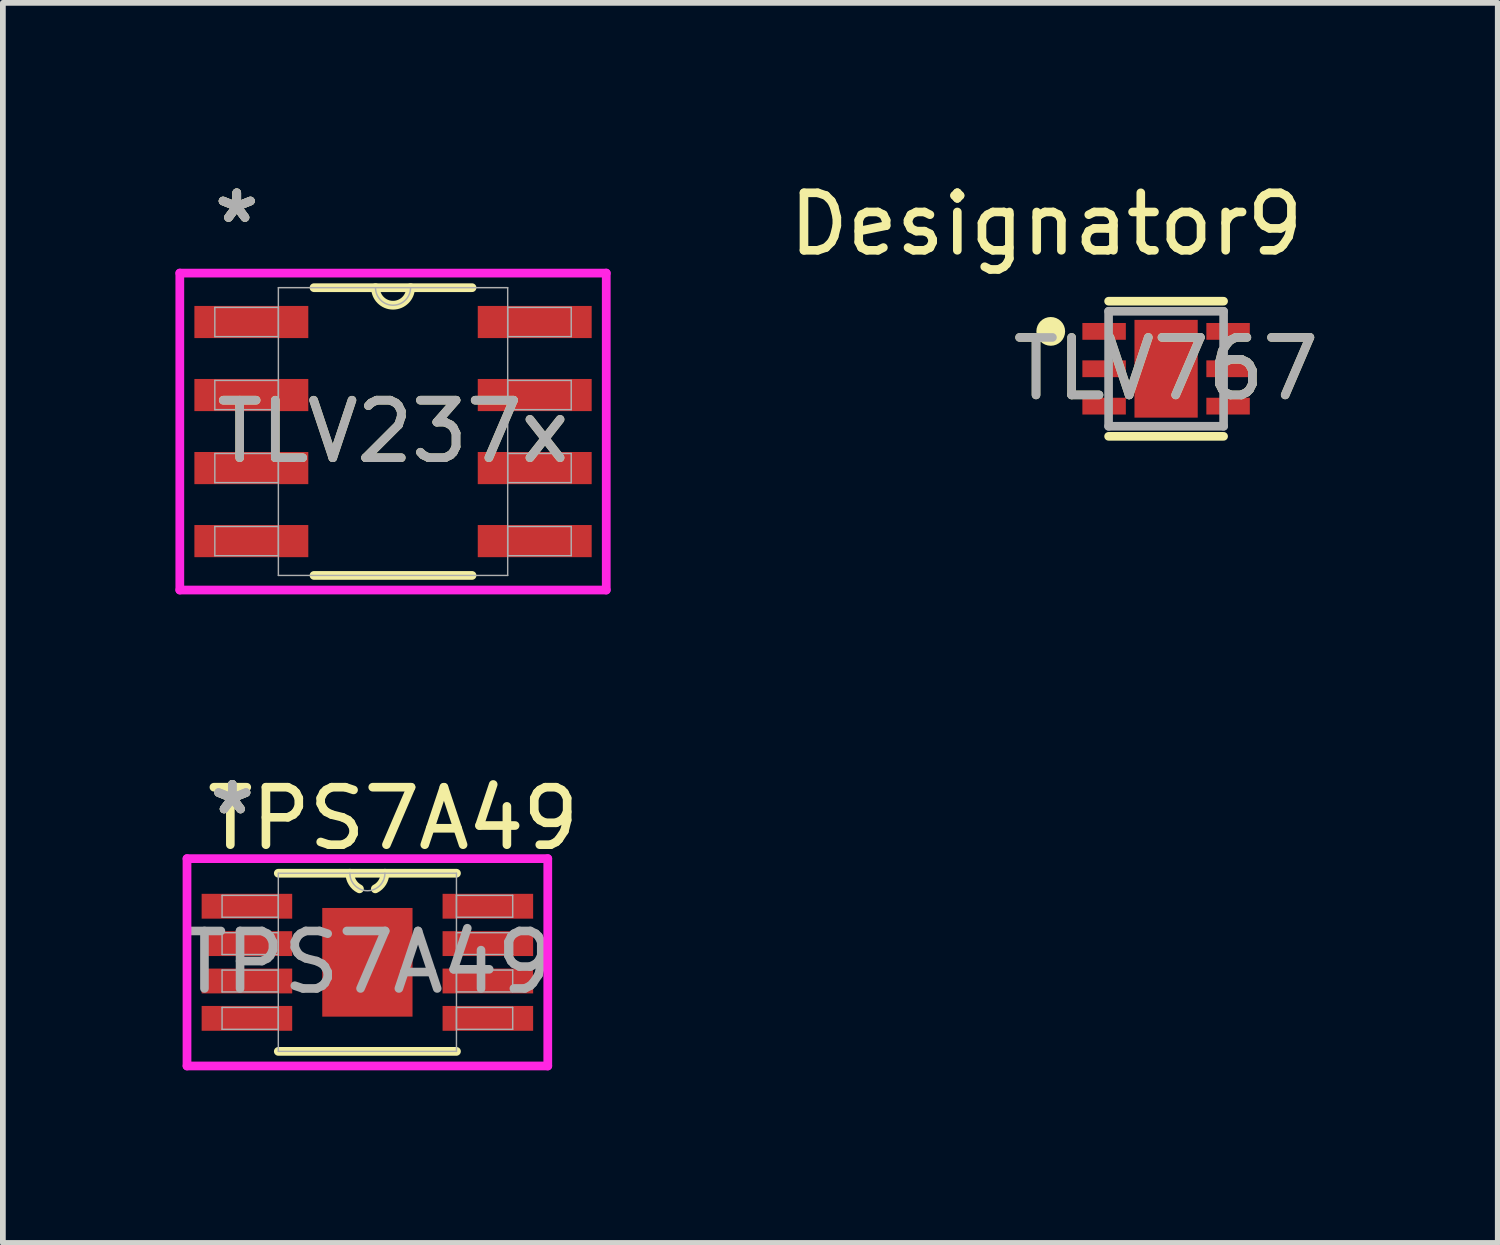
<source format=kicad_pcb>
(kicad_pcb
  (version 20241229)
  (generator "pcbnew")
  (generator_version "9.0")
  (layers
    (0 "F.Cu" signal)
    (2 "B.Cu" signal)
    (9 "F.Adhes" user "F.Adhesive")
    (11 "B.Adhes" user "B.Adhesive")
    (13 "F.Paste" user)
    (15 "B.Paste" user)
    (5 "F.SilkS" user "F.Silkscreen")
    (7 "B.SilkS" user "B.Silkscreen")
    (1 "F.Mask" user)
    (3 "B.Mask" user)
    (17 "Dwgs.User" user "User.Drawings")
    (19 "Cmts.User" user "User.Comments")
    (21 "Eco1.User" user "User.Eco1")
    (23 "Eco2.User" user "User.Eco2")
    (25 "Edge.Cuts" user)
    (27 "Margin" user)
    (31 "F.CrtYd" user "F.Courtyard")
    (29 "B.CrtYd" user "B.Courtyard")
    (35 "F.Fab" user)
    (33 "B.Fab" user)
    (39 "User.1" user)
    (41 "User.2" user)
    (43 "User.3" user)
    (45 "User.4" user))
  (footprint "TPS7A49"
    (layer "F.Cu")
    (at 3.339 13.685)
    (property "Reference" "TPS7A49" (at 0.45 -2.5 0) (unlocked yes) (layer "F.SilkS") (effects (font (size 1 1) (thickness 0.15))))
    (attr smd)
    (fp_line (start -1.549 1.549) (end 1.549 1.549) (stroke (width 0.152) (type solid)) (layer "F.SilkS"))
    (fp_line (start 1.549 -1.549) (end -1.549 -1.549) (stroke (width 0.152) (type solid)) (layer "F.SilkS"))
    (fp_arc (start -0.138217 -1.27774) (mid -0.259838 -1.390066) (end -0.3048 -1.5494) (stroke (width 0.1524) (type solid)) (layer "F.SilkS"))
    (fp_arc (start 0.3048 -1.5494) (mid 0.259838 -1.390066) (end 0.138217 -1.27774) (stroke (width 0.1524) (type solid)) (layer "F.SilkS"))
    (fp_poly (pts (xy -0.785 -0.945) (xy -0.785 0.945) (xy 0.785 0.945) (xy 0.785 -0.945)) (stroke (width 0) (type solid)) (fill yes) (layer "F.Paste"))
    (fp_line (start -3.137 -1.803) (end 3.137 -1.803) (stroke (width 0.152) (type solid)) (layer "F.CrtYd"))
    (fp_line (start -3.137 1.803) (end -3.137 -1.803) (stroke (width 0.152) (type solid)) (layer "F.CrtYd"))
    (fp_line (start 3.137 -1.803) (end 3.137 1.803) (stroke (width 0.152) (type solid)) (layer "F.CrtYd"))
    (fp_line (start 3.137 1.803) (end -3.137 1.803) (stroke (width 0.152) (type solid)) (layer "F.CrtYd"))
    (fp_line (start -2.527 -1.165) (end -2.527 -0.784) (stroke (width 0.025) (type solid)) (layer "F.Fab"))
    (fp_line (start -2.527 -0.784) (end -1.549 -0.784) (stroke (width 0.025) (type solid)) (layer "F.Fab"))
    (fp_line (start -2.527 -0.515) (end -2.527 -0.135) (stroke (width 0.025) (type solid)) (layer "F.Fab"))
    (fp_line (start -2.527 -0.135) (end -1.549 -0.135) (stroke (width 0.025) (type solid)) (layer "F.Fab"))
    (fp_line (start -2.527 0.135) (end -2.527 0.515) (stroke (width 0.025) (type solid)) (layer "F.Fab"))
    (fp_line (start -2.527 0.515) (end -1.549 0.515) (stroke (width 0.025) (type solid)) (layer "F.Fab"))
    (fp_line (start -2.527 0.784) (end -2.527 1.165) (stroke (width 0.025) (type solid)) (layer "F.Fab"))
    (fp_line (start -2.527 1.165) (end -1.549 1.165) (stroke (width 0.025) (type solid)) (layer "F.Fab"))
    (fp_line (start -1.549 -1.549) (end -1.549 1.549) (stroke (width 0.025) (type solid)) (layer "F.Fab"))
    (fp_line (start -1.549 -1.165) (end -2.527 -1.165) (stroke (width 0.025) (type solid)) (layer "F.Fab"))
    (fp_line (start -1.549 -0.784) (end -1.549 -1.165) (stroke (width 0.025) (type solid)) (layer "F.Fab"))
    (fp_line (start -1.549 -0.515) (end -2.527 -0.515) (stroke (width 0.025) (type solid)) (layer "F.Fab"))
    (fp_line (start -1.549 -0.135) (end -1.549 -0.515) (stroke (width 0.025) (type solid)) (layer "F.Fab"))
    (fp_line (start -1.549 0.135) (end -2.527 0.135) (stroke (width 0.025) (type solid)) (layer "F.Fab"))
    (fp_line (start -1.549 0.515) (end -1.549 0.135) (stroke (width 0.025) (type solid)) (layer "F.Fab"))
    (fp_line (start -1.549 0.784) (end -2.527 0.784) (stroke (width 0.025) (type solid)) (layer "F.Fab"))
    (fp_line (start -1.549 1.165) (end -1.549 0.784) (stroke (width 0.025) (type solid)) (layer "F.Fab"))
    (fp_line (start -1.549 1.549) (end 1.549 1.549) (stroke (width 0.025) (type solid)) (layer "F.Fab"))
    (fp_line (start 1.549 -1.549) (end -1.549 -1.549) (stroke (width 0.025) (type solid)) (layer "F.Fab"))
    (fp_line (start 1.549 -1.165) (end 1.549 -0.784) (stroke (width 0.025) (type solid)) (layer "F.Fab"))
    (fp_line (start 1.549 -0.784) (end 2.527 -0.784) (stroke (width 0.025) (type solid)) (layer "F.Fab"))
    (fp_line (start 1.549 -0.515) (end 1.549 -0.135) (stroke (width 0.025) (type solid)) (layer "F.Fab"))
    (fp_line (start 1.549 -0.135) (end 2.527 -0.135) (stroke (width 0.025) (type solid)) (layer "F.Fab"))
    (fp_line (start 1.549 0.135) (end 1.549 0.515) (stroke (width 0.025) (type solid)) (layer "F.Fab"))
    (fp_line (start 1.549 0.515) (end 2.527 0.515) (stroke (width 0.025) (type solid)) (layer "F.Fab"))
    (fp_line (start 1.549 0.784) (end 1.549 1.165) (stroke (width 0.025) (type solid)) (layer "F.Fab"))
    (fp_line (start 1.549 1.165) (end 2.527 1.165) (stroke (width 0.025) (type solid)) (layer "F.Fab"))
    (fp_line (start 1.549 1.549) (end 1.549 -1.549) (stroke (width 0.025) (type solid)) (layer "F.Fab"))
    (fp_line (start 2.527 -1.165) (end 1.549 -1.165) (stroke (width 0.025) (type solid)) (layer "F.Fab"))
    (fp_line (start 2.527 -0.784) (end 2.527 -1.165) (stroke (width 0.025) (type solid)) (layer "F.Fab"))
    (fp_line (start 2.527 -0.515) (end 1.549 -0.515) (stroke (width 0.025) (type solid)) (layer "F.Fab"))
    (fp_line (start 2.527 -0.135) (end 2.527 -0.515) (stroke (width 0.025) (type solid)) (layer "F.Fab"))
    (fp_line (start 2.527 0.135) (end 1.549 0.135) (stroke (width 0.025) (type solid)) (layer "F.Fab"))
    (fp_line (start 2.527 0.515) (end 2.527 0.135) (stroke (width 0.025) (type solid)) (layer "F.Fab"))
    (fp_line (start 2.527 0.784) (end 1.549 0.784) (stroke (width 0.025) (type solid)) (layer "F.Fab"))
    (fp_line (start 2.527 1.165) (end 2.527 0.784) (stroke (width 0.025) (type solid)) (layer "F.Fab"))
    (fp_arc (start 0.3048 -1.5494) (mid 0 -1.2446) (end -0.3048 -1.5494) (stroke (width 0.0254) (type solid)) (layer "F.Fab"))
    (fp_text user "*" (at -2.349 -2.55 0) (layer "F.SilkS") (effects (font (size 1 1) (thickness 0.15))))
    (fp_text user "*" (at -2.349 -2.55 0) (unlocked yes) (layer "F.SilkS") (effects (font (size 1 1) (thickness 0.15))))
    (fp_text user "*" (at -2.349 -2.55 0) (unlocked yes) (layer "F.Fab") (effects (font (size 1 1) (thickness 0.15))))
    (fp_text user "${REFERENCE}" (at 0 0 0) (unlocked yes) (layer "F.Fab") (effects (font (size 1 1) (thickness 0.15))))
    (fp_text user "*" (at -2.349 -2.55 0) (layer "F.Fab") (effects (font (size 1 1) (thickness 0.15))))
    (pad "1" smd rect (at -2.095 -0.975) (size 1.575 0.432) (layers "F.Cu" "F.Mask" "F.Paste"))
    (pad "2" smd rect (at -2.095 -0.325) (size 1.575 0.432) (layers "F.Cu" "F.Mask" "F.Paste"))
    (pad "3" smd rect (at -2.095 0.325) (size 1.575 0.432) (layers "F.Cu" "F.Mask" "F.Paste"))
    (pad "4" smd rect (at -2.095 0.975) (size 1.575 0.432) (layers "F.Cu" "F.Mask" "F.Paste"))
    (pad "5" smd rect (at 2.095 0.975) (size 1.575 0.432) (layers "F.Cu" "F.Mask" "F.Paste"))
    (pad "6" smd rect (at 2.095 0.325) (size 1.575 0.432) (layers "F.Cu" "F.Mask" "F.Paste"))
    (pad "7" smd rect (at 2.095 -0.325) (size 1.575 0.432) (layers "F.Cu" "F.Mask" "F.Paste"))
    (pad "8" smd rect (at 2.095 -0.975) (size 1.575 0.432) (layers "F.Cu" "F.Mask" "F.Paste"))
    (pad "EPAD" smd rect (at 0 0) (size 1.57 1.89) (layers "F.Cu" "F.Mask" "F.Paste")))
  (footprint "TLV767"
    (layer "F.Cu")
    (at 17.229 3.363)
    (property "Reference" "TLV767" (at 0 0 0) (unlocked yes) (layer "F.SilkS") (effects (font (size 1 1) (thickness 0.15))))
    (attr smd)
    (fp_line (start -1 -1.175) (end 1 -1.175) (stroke (width 0.15) (type solid)) (layer "F.SilkS"))
    (fp_line (start -1 1.175) (end 1 1.175) (stroke (width 0.15) (type solid)) (layer "F.SilkS"))
    (fp_circle (center -2.006 -0.65) (end -1.881 -0.65) (stroke (width 0.25) (type solid)) (fill no) (layer "F.SilkS"))
    (fp_poly (pts (xy -0.308 0.608) (xy 0.308 0.608) (xy 0.308 -0.608) (xy -0.308 -0.608)) (stroke (width 0) (type solid)) (fill yes) (layer "F.Paste"))
    (fp_line (start -1 -1) (end 1 -1) (stroke (width 0.15) (type solid)) (layer "F.Fab"))
    (fp_line (start -1 1) (end -1 -1) (stroke (width 0.15) (type solid)) (layer "F.Fab"))
    (fp_line (start -1 1) (end 1 1) (stroke (width 0.15) (type solid)) (layer "F.Fab"))
    (fp_line (start 1 1) (end 1 -1) (stroke (width 0.15) (type solid)) (layer "F.Fab"))
    (fp_text user "Designator9" (at -2.083 -2.515 0) (unlocked yes) (layer "F.SilkS") (effects (font (size 1 1) (thickness 0.15))))
    (fp_text user "${REFERENCE}" (at 0 0 0) (unlocked yes) (layer "F.Fab") (effects (font (size 1 1) (thickness 0.15))))
    (pad "1" smd rect (at -1.078 -0.65) (size 0.756 0.292) (layers "F.Cu" "F.Mask" "F.Paste"))
    (pad "2" smd rect (at -1.078 0) (size 0.756 0.292) (layers "F.Cu" "F.Mask" "F.Paste"))
    (pad "3" smd rect (at -1.078 0.65) (size 0.756 0.292) (layers "F.Cu" "F.Mask" "F.Paste"))
    (pad "4" smd rect (at 1.078 0.65) (size 0.756 0.292) (layers "F.Cu" "F.Mask" "F.Paste"))
    (pad "5" smd rect (at 1.078 0) (size 0.756 0.292) (layers "F.Cu" "F.Mask" "F.Paste"))
    (pad "6" smd rect (at 1.078 -0.65) (size 0.756 0.292) (layers "F.Cu" "F.Mask" "F.Paste"))
    (pad "7" smd rect (at 0 0) (size 1.1 1.7) (layers "F.Cu" "F.Mask")))
  (footprint "TLV237x"
    (layer "F.Cu")
    (at 3.785 4.455)
    (property "Reference" "TLV237x" (at 0 0 0) (unlocked yes) (layer "F.SilkS") (effects (font (size 1 1) (thickness 0.15))))
    (attr smd)
    (fp_line (start -1.374 2.502) (end 1.374 2.502) (stroke (width 0.152) (type solid)) (layer "F.SilkS"))
    (fp_line (start 1.374 -2.502) (end -1.374 -2.502) (stroke (width 0.152) (type solid)) (layer "F.SilkS"))
    (fp_arc (start 0.3048 -2.5019) (mid 0 -2.1971) (end -0.3048 -2.5019) (stroke (width 0.1524) (type solid)) (layer "F.SilkS"))
    (fp_line (start -3.708 -2.756) (end 3.708 -2.756) (stroke (width 0.152) (type solid)) (layer "F.CrtYd"))
    (fp_line (start -3.708 2.756) (end -3.708 -2.756) (stroke (width 0.152) (type solid)) (layer "F.CrtYd"))
    (fp_line (start 3.708 -2.756) (end 3.708 2.756) (stroke (width 0.152) (type solid)) (layer "F.CrtYd"))
    (fp_line (start 3.708 2.756) (end -3.708 2.756) (stroke (width 0.152) (type solid)) (layer "F.CrtYd"))
    (fp_line (start -3.099 -2.159) (end -3.099 -1.651) (stroke (width 0.025) (type solid)) (layer "F.Fab"))
    (fp_line (start -3.099 -1.651) (end -1.994 -1.651) (stroke (width 0.025) (type solid)) (layer "F.Fab"))
    (fp_line (start -3.099 -0.889) (end -3.099 -0.381) (stroke (width 0.025) (type solid)) (layer "F.Fab"))
    (fp_line (start -3.099 -0.381) (end -1.994 -0.381) (stroke (width 0.025) (type solid)) (layer "F.Fab"))
    (fp_line (start -3.099 0.381) (end -3.099 0.889) (stroke (width 0.025) (type solid)) (layer "F.Fab"))
    (fp_line (start -3.099 0.889) (end -1.994 0.889) (stroke (width 0.025) (type solid)) (layer "F.Fab"))
    (fp_line (start -3.099 1.651) (end -3.099 2.159) (stroke (width 0.025) (type solid)) (layer "F.Fab"))
    (fp_line (start -3.099 2.159) (end -1.994 2.159) (stroke (width 0.025) (type solid)) (layer "F.Fab"))
    (fp_line (start -1.994 -2.502) (end -1.994 2.502) (stroke (width 0.025) (type solid)) (layer "F.Fab"))
    (fp_line (start -1.994 -2.159) (end -3.099 -2.159) (stroke (width 0.025) (type solid)) (layer "F.Fab"))
    (fp_line (start -1.994 -1.651) (end -1.994 -2.159) (stroke (width 0.025) (type solid)) (layer "F.Fab"))
    (fp_line (start -1.994 -0.889) (end -3.099 -0.889) (stroke (width 0.025) (type solid)) (layer "F.Fab"))
    (fp_line (start -1.994 -0.381) (end -1.994 -0.889) (stroke (width 0.025) (type solid)) (layer "F.Fab"))
    (fp_line (start -1.994 0.381) (end -3.099 0.381) (stroke (width 0.025) (type solid)) (layer "F.Fab"))
    (fp_line (start -1.994 0.889) (end -1.994 0.381) (stroke (width 0.025) (type solid)) (layer "F.Fab"))
    (fp_line (start -1.994 1.651) (end -3.099 1.651) (stroke (width 0.025) (type solid)) (layer "F.Fab"))
    (fp_line (start -1.994 2.159) (end -1.994 1.651) (stroke (width 0.025) (type solid)) (layer "F.Fab"))
    (fp_line (start -1.994 2.502) (end 1.994 2.502) (stroke (width 0.025) (type solid)) (layer "F.Fab"))
    (fp_line (start 1.994 -2.502) (end -1.994 -2.502) (stroke (width 0.025) (type solid)) (layer "F.Fab"))
    (fp_line (start 1.994 -2.159) (end 1.994 -1.651) (stroke (width 0.025) (type solid)) (layer "F.Fab"))
    (fp_line (start 1.994 -1.651) (end 3.099 -1.651) (stroke (width 0.025) (type solid)) (layer "F.Fab"))
    (fp_line (start 1.994 -0.889) (end 1.994 -0.381) (stroke (width 0.025) (type solid)) (layer "F.Fab"))
    (fp_line (start 1.994 -0.381) (end 3.099 -0.381) (stroke (width 0.025) (type solid)) (layer "F.Fab"))
    (fp_line (start 1.994 0.381) (end 1.994 0.889) (stroke (width 0.025) (type solid)) (layer "F.Fab"))
    (fp_line (start 1.994 0.889) (end 3.099 0.889) (stroke (width 0.025) (type solid)) (layer "F.Fab"))
    (fp_line (start 1.994 1.651) (end 1.994 2.159) (stroke (width 0.025) (type solid)) (layer "F.Fab"))
    (fp_line (start 1.994 2.159) (end 3.099 2.159) (stroke (width 0.025) (type solid)) (layer "F.Fab"))
    (fp_line (start 1.994 2.502) (end 1.994 -2.502) (stroke (width 0.025) (type solid)) (layer "F.Fab"))
    (fp_line (start 3.099 -2.159) (end 1.994 -2.159) (stroke (width 0.025) (type solid)) (layer "F.Fab"))
    (fp_line (start 3.099 -1.651) (end 3.099 -2.159) (stroke (width 0.025) (type solid)) (layer "F.Fab"))
    (fp_line (start 3.099 -0.889) (end 1.994 -0.889) (stroke (width 0.025) (type solid)) (layer "F.Fab"))
    (fp_line (start 3.099 -0.381) (end 3.099 -0.889) (stroke (width 0.025) (type solid)) (layer "F.Fab"))
    (fp_line (start 3.099 0.381) (end 1.994 0.381) (stroke (width 0.025) (type solid)) (layer "F.Fab"))
    (fp_line (start 3.099 0.889) (end 3.099 0.381) (stroke (width 0.025) (type solid)) (layer "F.Fab"))
    (fp_line (start 3.099 1.651) (end 1.994 1.651) (stroke (width 0.025) (type solid)) (layer "F.Fab"))
    (fp_line (start 3.099 2.159) (end 3.099 1.651) (stroke (width 0.025) (type solid)) (layer "F.Fab"))
    (fp_arc (start 0.3048 -2.5019) (mid 0 -2.1971) (end -0.3048 -2.5019) (stroke (width 0.0254) (type solid)) (layer "F.Fab"))
    (fp_text user "*" (at -2.718 -3.607 0) (unlocked yes) (layer "F.SilkS") (effects (font (size 1 1) (thickness 0.15))))
    (fp_text user "*" (at -2.718 -3.607 0) (layer "F.SilkS") (effects (font (size 1 1) (thickness 0.15))))
    (fp_text user "*" (at -2.718 -3.607 0) (layer "F.Fab") (effects (font (size 1 1) (thickness 0.15))))
    (fp_text user "*" (at -2.718 -3.607 0) (unlocked yes) (layer "F.Fab") (effects (font (size 1 1) (thickness 0.15))))
    (fp_text user "${REFERENCE}" (at 0 0 0) (unlocked yes) (layer "F.Fab") (effects (font (size 1 1) (thickness 0.15))))
    (pad "1" smd rect (at -2.464 -1.905) (size 1.981 0.559) (layers "F.Cu" "F.Mask" "F.Paste"))
    (pad "2" smd rect (at -2.464 -0.635) (size 1.981 0.559) (layers "F.Cu" "F.Mask" "F.Paste"))
    (pad "3" smd rect (at -2.464 0.635) (size 1.981 0.559) (layers "F.Cu" "F.Mask" "F.Paste"))
    (pad "4" smd rect (at -2.464 1.905) (size 1.981 0.559) (layers "F.Cu" "F.Mask" "F.Paste"))
    (pad "5" smd rect (at 2.464 1.905) (size 1.981 0.559) (layers "F.Cu" "F.Mask" "F.Paste"))
    (pad "6" smd rect (at 2.464 0.635) (size 1.981 0.559) (layers "F.Cu" "F.Mask" "F.Paste"))
    (pad "7" smd rect (at 2.464 -0.635) (size 1.981 0.559) (layers "F.Cu" "F.Mask" "F.Paste"))
    (pad "8" smd rect (at 2.464 -1.905) (size 1.981 0.559) (layers "F.Cu" "F.Mask" "F.Paste")))
  (gr_rect
    (start -3 -3)
    (end 22.997 18.565)
    (stroke (width 0.1) (type default))
    (fill no)
    (layer "Edge.Cuts")))
</source>
